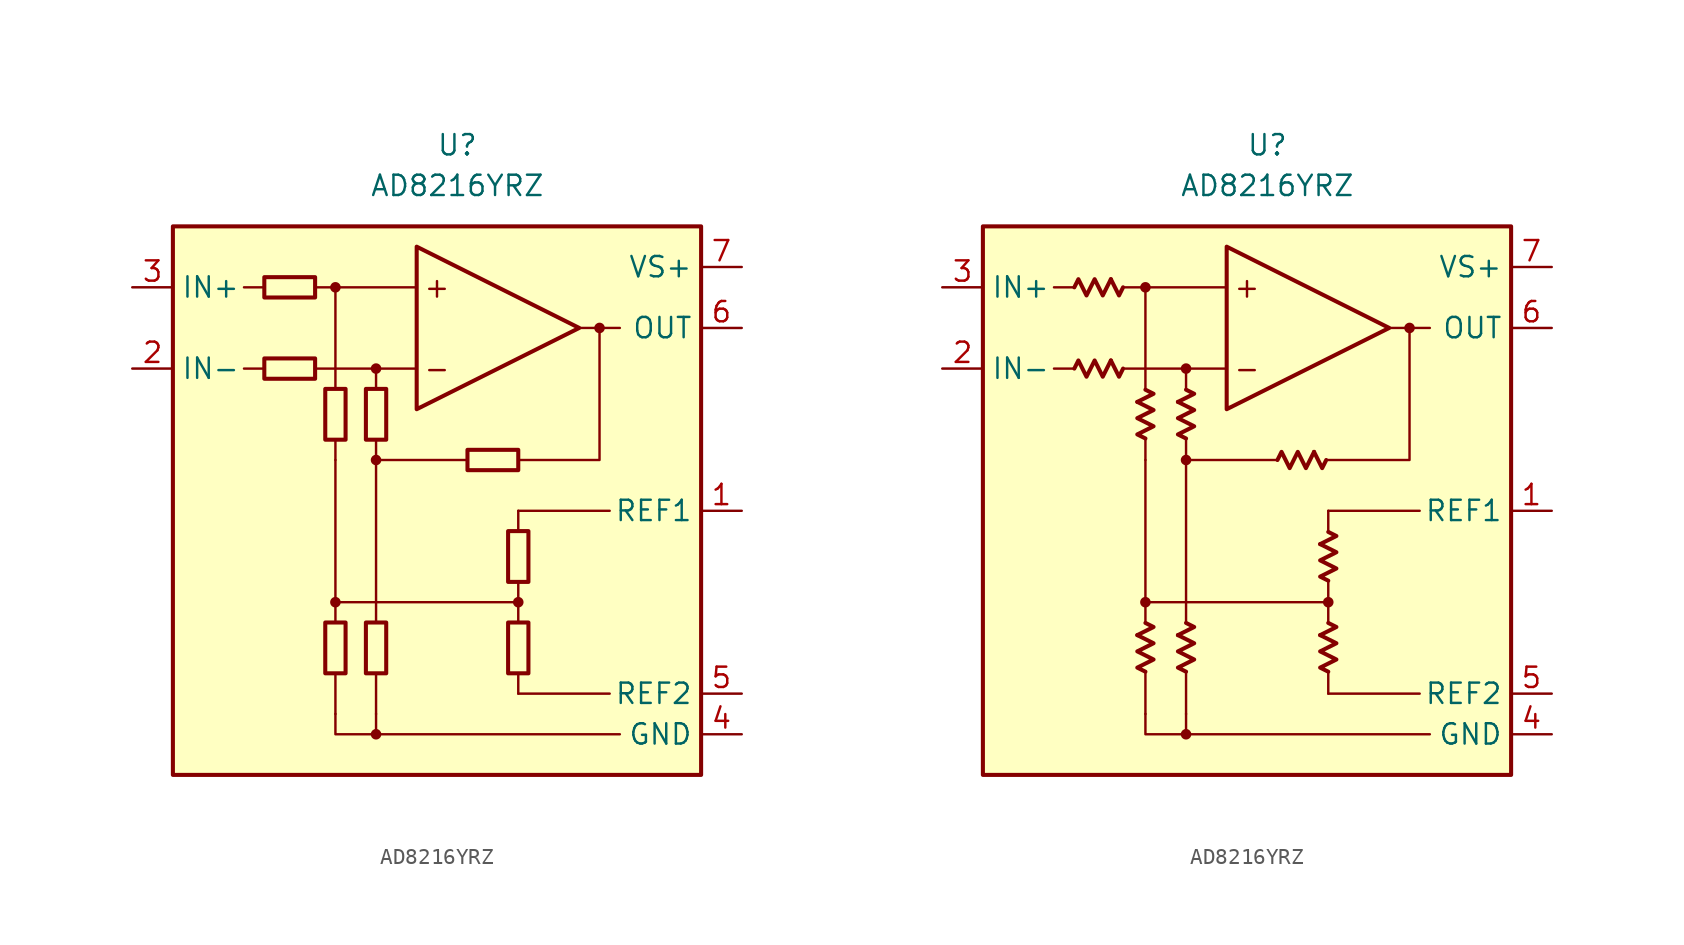
<source format=kicad_sym>
(kicad_symbol_lib
  (version 20231120)
  (generator "kicad_symbol_editor")
  (generator_version "8.0")
  (symbol "AD8216YRZ"
    (property "Reference" "U"
      (at 0 22.86 0)
      (effects (font (size 1.27 1.27))))
    (property "Value" "AD8216YRZ"
      (at 0 20.32 0)
      (effects (font (size 1.27 1.27))))
    (symbol "AD8216YRZ_0_0"
      (rectangle (start -17.78 17.78) (end 15.24 -16.51) (stroke (width 0.254) (type default)) (fill (type background)))
      (circle (center -7.62 -5.715) (radius 0.254) (stroke (width 0.152) (type default)) (fill (type outline)))
      (circle (center -7.62 13.97) (radius 0.254) (stroke (width 0.152) (type default)) (fill (type outline)))
      (circle (center -5.08 -13.97) (radius 0.254) (stroke (width 0.152) (type default)) (fill (type outline)))
      (circle (center -5.08 3.175) (radius 0.254) (stroke (width 0.152) (type default)) (fill (type outline)))
      (circle (center -5.08 8.89) (radius 0.254) (stroke (width 0.152) (type default)) (fill (type outline)))
      (polyline (pts (xy -12.065 8.89) (xy -13.335 8.89)) (stroke (width 0.152) (type default)) (fill (type none)))
      (polyline (pts (xy -12.065 13.97) (xy -13.335 13.97)) (stroke (width 0.152) (type default)) (fill (type none)))
      (polyline (pts (xy -7.62 -10.16) (xy -7.62 -12.7)) (stroke (width 0.152) (type default)) (fill (type none)))
      (polyline (pts (xy -7.62 -5.715) (xy 3.81 -5.715)) (stroke (width 0.152) (type default)) (fill (type none)))
      (polyline (pts (xy -7.62 3.175) (xy -7.62 -6.985)) (stroke (width 0.152) (type default)) (fill (type none)))
      (polyline (pts (xy -7.62 4.445) (xy -7.62 3.175)) (stroke (width 0.152) (type default)) (fill (type none)))
      (polyline (pts (xy -7.62 13.97) (xy -7.62 7.62)) (stroke (width 0.152) (type default)) (fill (type none)))
      (polyline (pts (xy -5.08 -13.97) (xy 10.16 -13.97)) (stroke (width 0.152) (type default)) (fill (type none)))
      (polyline (pts (xy -5.08 -10.16) (xy -5.08 -12.7)) (stroke (width 0.152) (type default)) (fill (type none)))
      (polyline (pts (xy -5.08 -6.985) (xy -5.08 3.175)) (stroke (width 0.152) (type default)) (fill (type none)))
      (polyline (pts (xy -5.08 3.175) (xy 0.635 3.175)) (stroke (width 0.152) (type default)) (fill (type none)))
      (polyline (pts (xy -5.08 4.445) (xy -5.08 3.175)) (stroke (width 0.152) (type default)) (fill (type none)))
      (polyline (pts (xy -5.08 7.62) (xy -5.08 8.89)) (stroke (width 0.152) (type default)) (fill (type none)))
      (polyline (pts (xy -2.54 8.89) (xy -8.89 8.89)) (stroke (width 0.152) (type default)) (fill (type none)))
      (polyline (pts (xy -2.54 13.97) (xy -8.89 13.97)) (stroke (width 0.152) (type default)) (fill (type none)))
      (polyline (pts (xy 3.81 -11.43) (xy 9.525 -11.43)) (stroke (width 0.152) (type default)) (fill (type none)))
      (polyline (pts (xy 3.81 -10.16) (xy 3.81 -11.43)) (stroke (width 0.152) (type default)) (fill (type none)))
      (polyline (pts (xy 3.81 -4.445) (xy 3.81 -6.985)) (stroke (width 0.152) (type default)) (fill (type none)))
      (polyline (pts (xy 3.81 -1.27) (xy 3.81 0)) (stroke (width 0.152) (type default)) (fill (type none)))
      (polyline (pts (xy 3.81 0) (xy 9.525 0)) (stroke (width 0.152) (type default)) (fill (type none)))
      (polyline (pts (xy 8.89 11.43) (xy 7.62 11.43)) (stroke (width 0.152) (type default)) (fill (type none)))
      (polyline (pts (xy 8.89 11.43) (xy 10.16 11.43)) (stroke (width 0.152) (type default)) (fill (type none)))
      (polyline (pts (xy 3.81 3.175) (xy 8.89 3.175) (xy 8.89 11.43)) (stroke (width 0.152) (type default)) (fill (type none)))
      (polyline (pts (xy -7.62 -12.7) (xy -7.62 -13.97) (xy -5.08 -13.97) (xy -5.08 -12.7)) (stroke (width 0.152) (type default)) (fill (type none)))
      (polyline (pts (xy -2.54 16.51) (xy -2.54 6.35) (xy 7.62 11.43) (xy -2.54 16.51)) (stroke (width 0.254) (type default)) (fill (type none)))
      (circle (center 3.81 -5.715) (radius 0.254) (stroke (width 0.152) (type default)) (fill (type outline)))
      (circle (center 8.89 11.43) (radius 0.254) (stroke (width 0.152) (type default)) (fill (type outline)))
      (text "+" (at -1.27 13.97 0) (effects (font (size 1.27 1.27))))
      (text "-" (at -1.27 8.89 0) (effects (font (size 1.27 1.27)))))
    (symbol "AD8216YRZ_0_1"
      (rectangle (start -12.065 9.525) (end -8.89 8.255) (stroke (width 0.254) (type default)) (fill (type none)))
      (rectangle (start -12.065 14.605) (end -8.89 13.335) (stroke (width 0.254) (type default)) (fill (type none)))
      (rectangle (start -8.255 -10.16) (end -6.985 -6.985) (stroke (width 0.254) (type default)) (fill (type none)))
      (rectangle (start -8.255 4.445) (end -6.985 7.62) (stroke (width 0.254) (type default)) (fill (type none)))
      (rectangle (start -5.715 -10.16) (end -4.445 -6.985) (stroke (width 0.254) (type default)) (fill (type none)))
      (rectangle (start -5.715 4.445) (end -4.445 7.62) (stroke (width 0.254) (type default)) (fill (type none)))
      (rectangle (start 3.175 -10.16) (end 4.445 -6.985) (stroke (width 0.254) (type default)) (fill (type none)))
      (rectangle (start 3.175 -4.445) (end 4.445 -1.27) (stroke (width 0.254) (type default)) (fill (type none)))
      (rectangle (start 3.81 2.54) (end 0.635 3.81) (stroke (width 0.254) (type default)) (fill (type none))))
    (symbol "AD8216YRZ_0_2"
      (polyline (pts (xy -9.779 9.398) (xy -9.271 8.382) (xy -9.017 8.89)) (stroke (width 0.254) (type default)) (fill (type none)))
      (polyline (pts (xy -9.779 14.478) (xy -9.271 13.462) (xy -9.017 13.97)) (stroke (width 0.254) (type default)) (fill (type none)))
      (polyline (pts (xy -8.128 -7.772) (xy -7.112 -7.264) (xy -7.62 -7.01)) (stroke (width 0.254) (type default)) (fill (type none)))
      (polyline (pts (xy -8.128 6.807) (xy -7.112 7.315) (xy -7.62 7.569)) (stroke (width 0.254) (type default)) (fill (type none)))
      (polyline (pts (xy -5.588 -7.772) (xy -4.572 -7.264) (xy -5.08 -7.01)) (stroke (width 0.254) (type default)) (fill (type none)))
      (polyline (pts (xy -5.588 6.807) (xy -4.572 7.315) (xy -5.08 7.569)) (stroke (width 0.254) (type default)) (fill (type none)))
      (polyline (pts (xy 2.921 3.683) (xy 3.429 2.667) (xy 3.683 3.175)) (stroke (width 0.254) (type default)) (fill (type none)))
      (polyline (pts (xy 3.302 -7.772) (xy 4.318 -7.264) (xy 3.81 -7.01)) (stroke (width 0.254) (type default)) (fill (type none)))
      (polyline (pts (xy 3.302 -2.083) (xy 4.318 -1.575) (xy 3.81 -1.321)) (stroke (width 0.254) (type default)) (fill (type none)))
      (polyline (pts (xy -12.065 8.89) (xy -11.811 9.398) (xy -11.303 8.382) (xy -10.795 9.398) (xy -10.287 8.382) (xy -9.779 9.398)) (stroke (width 0.254) (type default)) (fill (type none)))
      (polyline (pts (xy -12.065 13.97) (xy -11.811 14.478) (xy -11.303 13.462) (xy -10.795 14.478) (xy -10.287 13.462) (xy -9.779 14.478)) (stroke (width 0.254) (type default)) (fill (type none)))
      (polyline (pts (xy -7.62 -10.058) (xy -8.128 -9.804) (xy -7.112 -9.296) (xy -8.128 -8.788) (xy -7.112 -8.28) (xy -8.128 -7.772)) (stroke (width 0.254) (type default)) (fill (type none)))
      (polyline (pts (xy -7.62 4.521) (xy -8.128 4.775) (xy -7.112 5.283) (xy -8.128 5.791) (xy -7.112 6.299) (xy -8.128 6.807)) (stroke (width 0.254) (type default)) (fill (type none)))
      (polyline (pts (xy -5.08 -10.058) (xy -5.588 -9.804) (xy -4.572 -9.296) (xy -5.588 -8.788) (xy -4.572 -8.28) (xy -5.588 -7.772)) (stroke (width 0.254) (type default)) (fill (type none)))
      (polyline (pts (xy -5.08 4.521) (xy -5.588 4.775) (xy -4.572 5.283) (xy -5.588 5.791) (xy -4.572 6.299) (xy -5.588 6.807)) (stroke (width 0.254) (type default)) (fill (type none)))
      (polyline (pts (xy 0.635 3.175) (xy 0.889 3.683) (xy 1.397 2.667) (xy 1.905 3.683) (xy 2.413 2.667) (xy 2.921 3.683)) (stroke (width 0.254) (type default)) (fill (type none)))
      (polyline (pts (xy 3.81 -10.058) (xy 3.302 -9.804) (xy 4.318 -9.296) (xy 3.302 -8.788) (xy 4.318 -8.28) (xy 3.302 -7.772)) (stroke (width 0.254) (type default)) (fill (type none)))
      (polyline (pts (xy 3.81 -4.369) (xy 3.302 -4.115) (xy 4.318 -3.607) (xy 3.302 -3.099) (xy 4.318 -2.591) (xy 3.302 -2.083)) (stroke (width 0.254) (type default)) (fill (type none))))
    (symbol "AD8216YRZ_1_1"
      (pin input line (at 17.78 0 180) (length 2.54) (name "REF1" (effects (font (size 1.27 1.27)))) (number "1" (effects (font (size 1.27 1.27)))))
      (pin input line (at -20.32 8.89 0) (length 2.54) (name "IN-" (effects (font (size 1.27 1.27)))) (number "2" (effects (font (size 1.27 1.27)))))
      (pin input line (at -20.32 13.97 0) (length 2.54) (name "IN+" (effects (font (size 1.27 1.27)))) (number "3" (effects (font (size 1.27 1.27)))))
      (pin power_in line (at 17.78 -13.97 180) (length 2.54) (name "GND" (effects (font (size 1.27 1.27)))) (number "4" (effects (font (size 1.27 1.27)))))
      (pin input line (at 17.78 -11.43 180) (length 2.54) (name "REF2" (effects (font (size 1.27 1.27)))) (number "5" (effects (font (size 1.27 1.27)))))
      (pin output line (at 17.78 11.43 180) (length 2.54) (name "OUT" (effects (font (size 1.27 1.27)))) (number "6" (effects (font (size 1.27 1.27)))))
      (pin power_in line (at 17.78 15.24 180) (length 2.54) (name "VS+" (effects (font (size 1.27 1.27)))) (number "7" (effects (font (size 1.27 1.27)))))
      (pin free line (at -1.27 -10.16 0) (length 2.54) hide (name "NC" (effects (font (size 1.27 1.27)))) (number "8" (effects (font (size 1.27 1.27))))))
    (symbol "AD8216YRZ_1_2"
      (pin input line (at 17.78 0 180) (length 2.54) (name "REF1" (effects (font (size 1.27 1.27)))) (number "1" (effects (font (size 1.27 1.27)))))
      (pin input line (at -20.32 8.89 0) (length 2.54) (name "IN-" (effects (font (size 1.27 1.27)))) (number "2" (effects (font (size 1.27 1.27)))))
      (pin input line (at -20.32 13.97 0) (length 2.54) (name "IN+" (effects (font (size 1.27 1.27)))) (number "3" (effects (font (size 1.27 1.27)))))
      (pin power_in line (at 17.78 -13.97 180) (length 2.54) (name "GND" (effects (font (size 1.27 1.27)))) (number "4" (effects (font (size 1.27 1.27)))))
      (pin input line (at 17.78 -11.43 180) (length 2.54) (name "REF2" (effects (font (size 1.27 1.27)))) (number "5" (effects (font (size 1.27 1.27)))))
      (pin output line (at 17.78 11.43 180) (length 2.54) (name "OUT" (effects (font (size 1.27 1.27)))) (number "6" (effects (font (size 1.27 1.27)))))
      (pin power_in line (at 17.78 15.24 180) (length 2.54) (name "VS+" (effects (font (size 1.27 1.27)))) (number "7" (effects (font (size 1.27 1.27)))))
      (pin free line (at -1.27 -10.16 0) (length 2.54) hide (name "NC" (effects (font (size 1.27 1.27)))) (number "8" (effects (font (size 1.27 1.27))))))))
</source>
